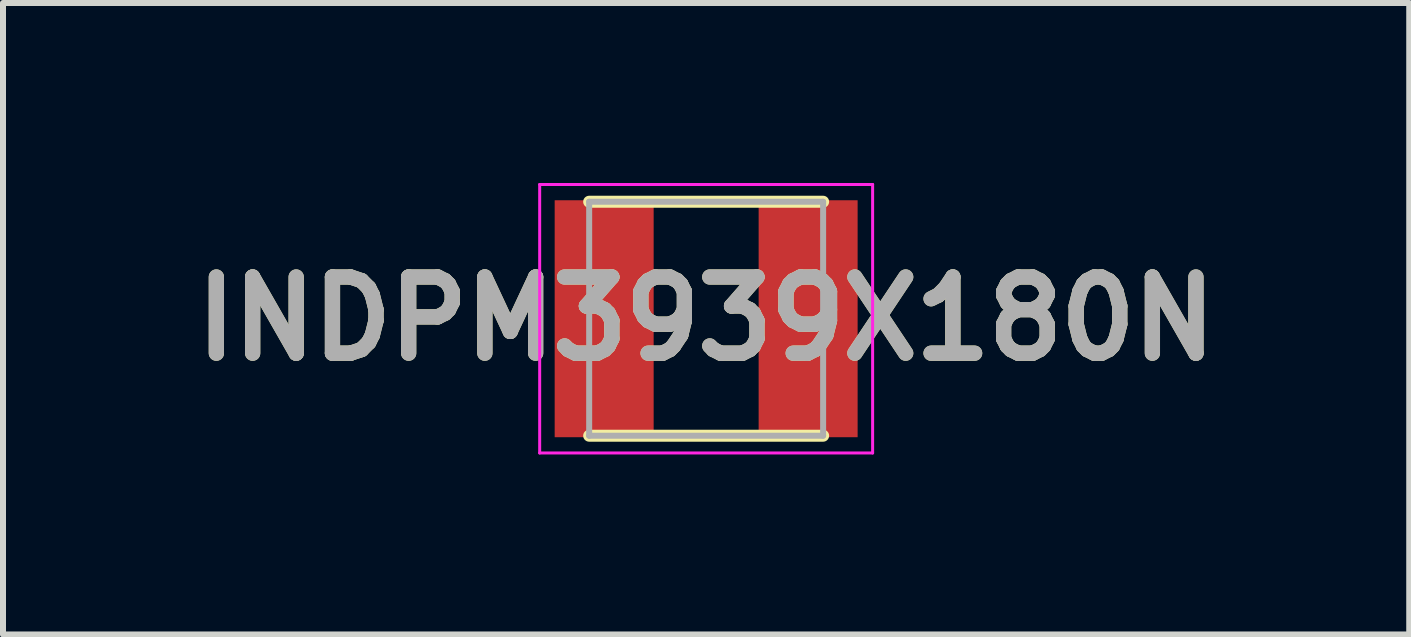
<source format=kicad_pcb>
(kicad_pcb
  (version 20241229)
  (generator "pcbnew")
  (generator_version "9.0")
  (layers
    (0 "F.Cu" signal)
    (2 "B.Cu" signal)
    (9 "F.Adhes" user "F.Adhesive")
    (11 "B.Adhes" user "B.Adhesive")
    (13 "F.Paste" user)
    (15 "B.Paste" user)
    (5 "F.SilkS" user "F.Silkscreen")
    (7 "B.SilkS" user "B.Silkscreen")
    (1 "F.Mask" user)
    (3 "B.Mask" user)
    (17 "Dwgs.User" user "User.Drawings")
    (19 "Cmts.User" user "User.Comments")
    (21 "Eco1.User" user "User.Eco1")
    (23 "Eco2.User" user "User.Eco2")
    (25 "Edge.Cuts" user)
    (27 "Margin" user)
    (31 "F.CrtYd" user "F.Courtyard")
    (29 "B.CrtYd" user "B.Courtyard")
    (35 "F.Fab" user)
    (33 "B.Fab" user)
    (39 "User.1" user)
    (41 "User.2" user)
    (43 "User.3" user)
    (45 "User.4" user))
  (footprint "INDPM3939X180N"
    (layer "F.Cu")
    (at 8.721 2.263)
    (property "Reference" "INDPM3939X180N" (at 0 0 0) (layer "F.SilkS") (effects (font (size 1.27 1.27) (thickness 0.254))))
    (attr smd)
    (fp_line (start -1.95 1.95) (end 1.95 1.95) (stroke (width 0.2) (type solid)) (layer "F.SilkS"))
    (fp_line (start 1.95 -1.95) (end -1.95 -1.95) (stroke (width 0.2) (type solid)) (layer "F.SilkS"))
    (fp_line (start -2.775 -2.238) (end 2.775 -2.238) (stroke (width 0.05) (type solid)) (layer "F.CrtYd"))
    (fp_line (start -2.775 2.238) (end -2.775 -2.238) (stroke (width 0.05) (type solid)) (layer "F.CrtYd"))
    (fp_line (start 2.775 -2.238) (end 2.775 2.238) (stroke (width 0.05) (type solid)) (layer "F.CrtYd"))
    (fp_line (start 2.775 2.238) (end -2.775 2.238) (stroke (width 0.05) (type solid)) (layer "F.CrtYd"))
    (fp_line (start -1.95 -1.95) (end 1.95 -1.95) (stroke (width 0.1) (type solid)) (layer "F.Fab"))
    (fp_line (start -1.95 1.95) (end -1.95 -1.95) (stroke (width 0.1) (type solid)) (layer "F.Fab"))
    (fp_line (start 1.95 -1.95) (end 1.95 1.95) (stroke (width 0.1) (type solid)) (layer "F.Fab"))
    (fp_line (start 1.95 1.95) (end -1.95 1.95) (stroke (width 0.1) (type solid)) (layer "F.Fab"))
    (fp_text user "${REFERENCE}" (at 0 0 0) (layer "F.Fab") (effects (font (size 1.27 1.27) (thickness 0.254))))
    (pad "1" smd rect (at -1.7 0) (size 1.65 3.95) (layers "F.Cu" "F.Mask" "F.Paste"))
    (pad "2" smd rect (at 1.7 0) (size 1.65 3.95) (layers "F.Cu" "F.Mask" "F.Paste")))
  (gr_rect
    (start -3 -3)
    (end 20.441 7.526)
    (stroke (width 0.1) (type default))
    (fill no)
    (layer "Edge.Cuts")))
</source>
